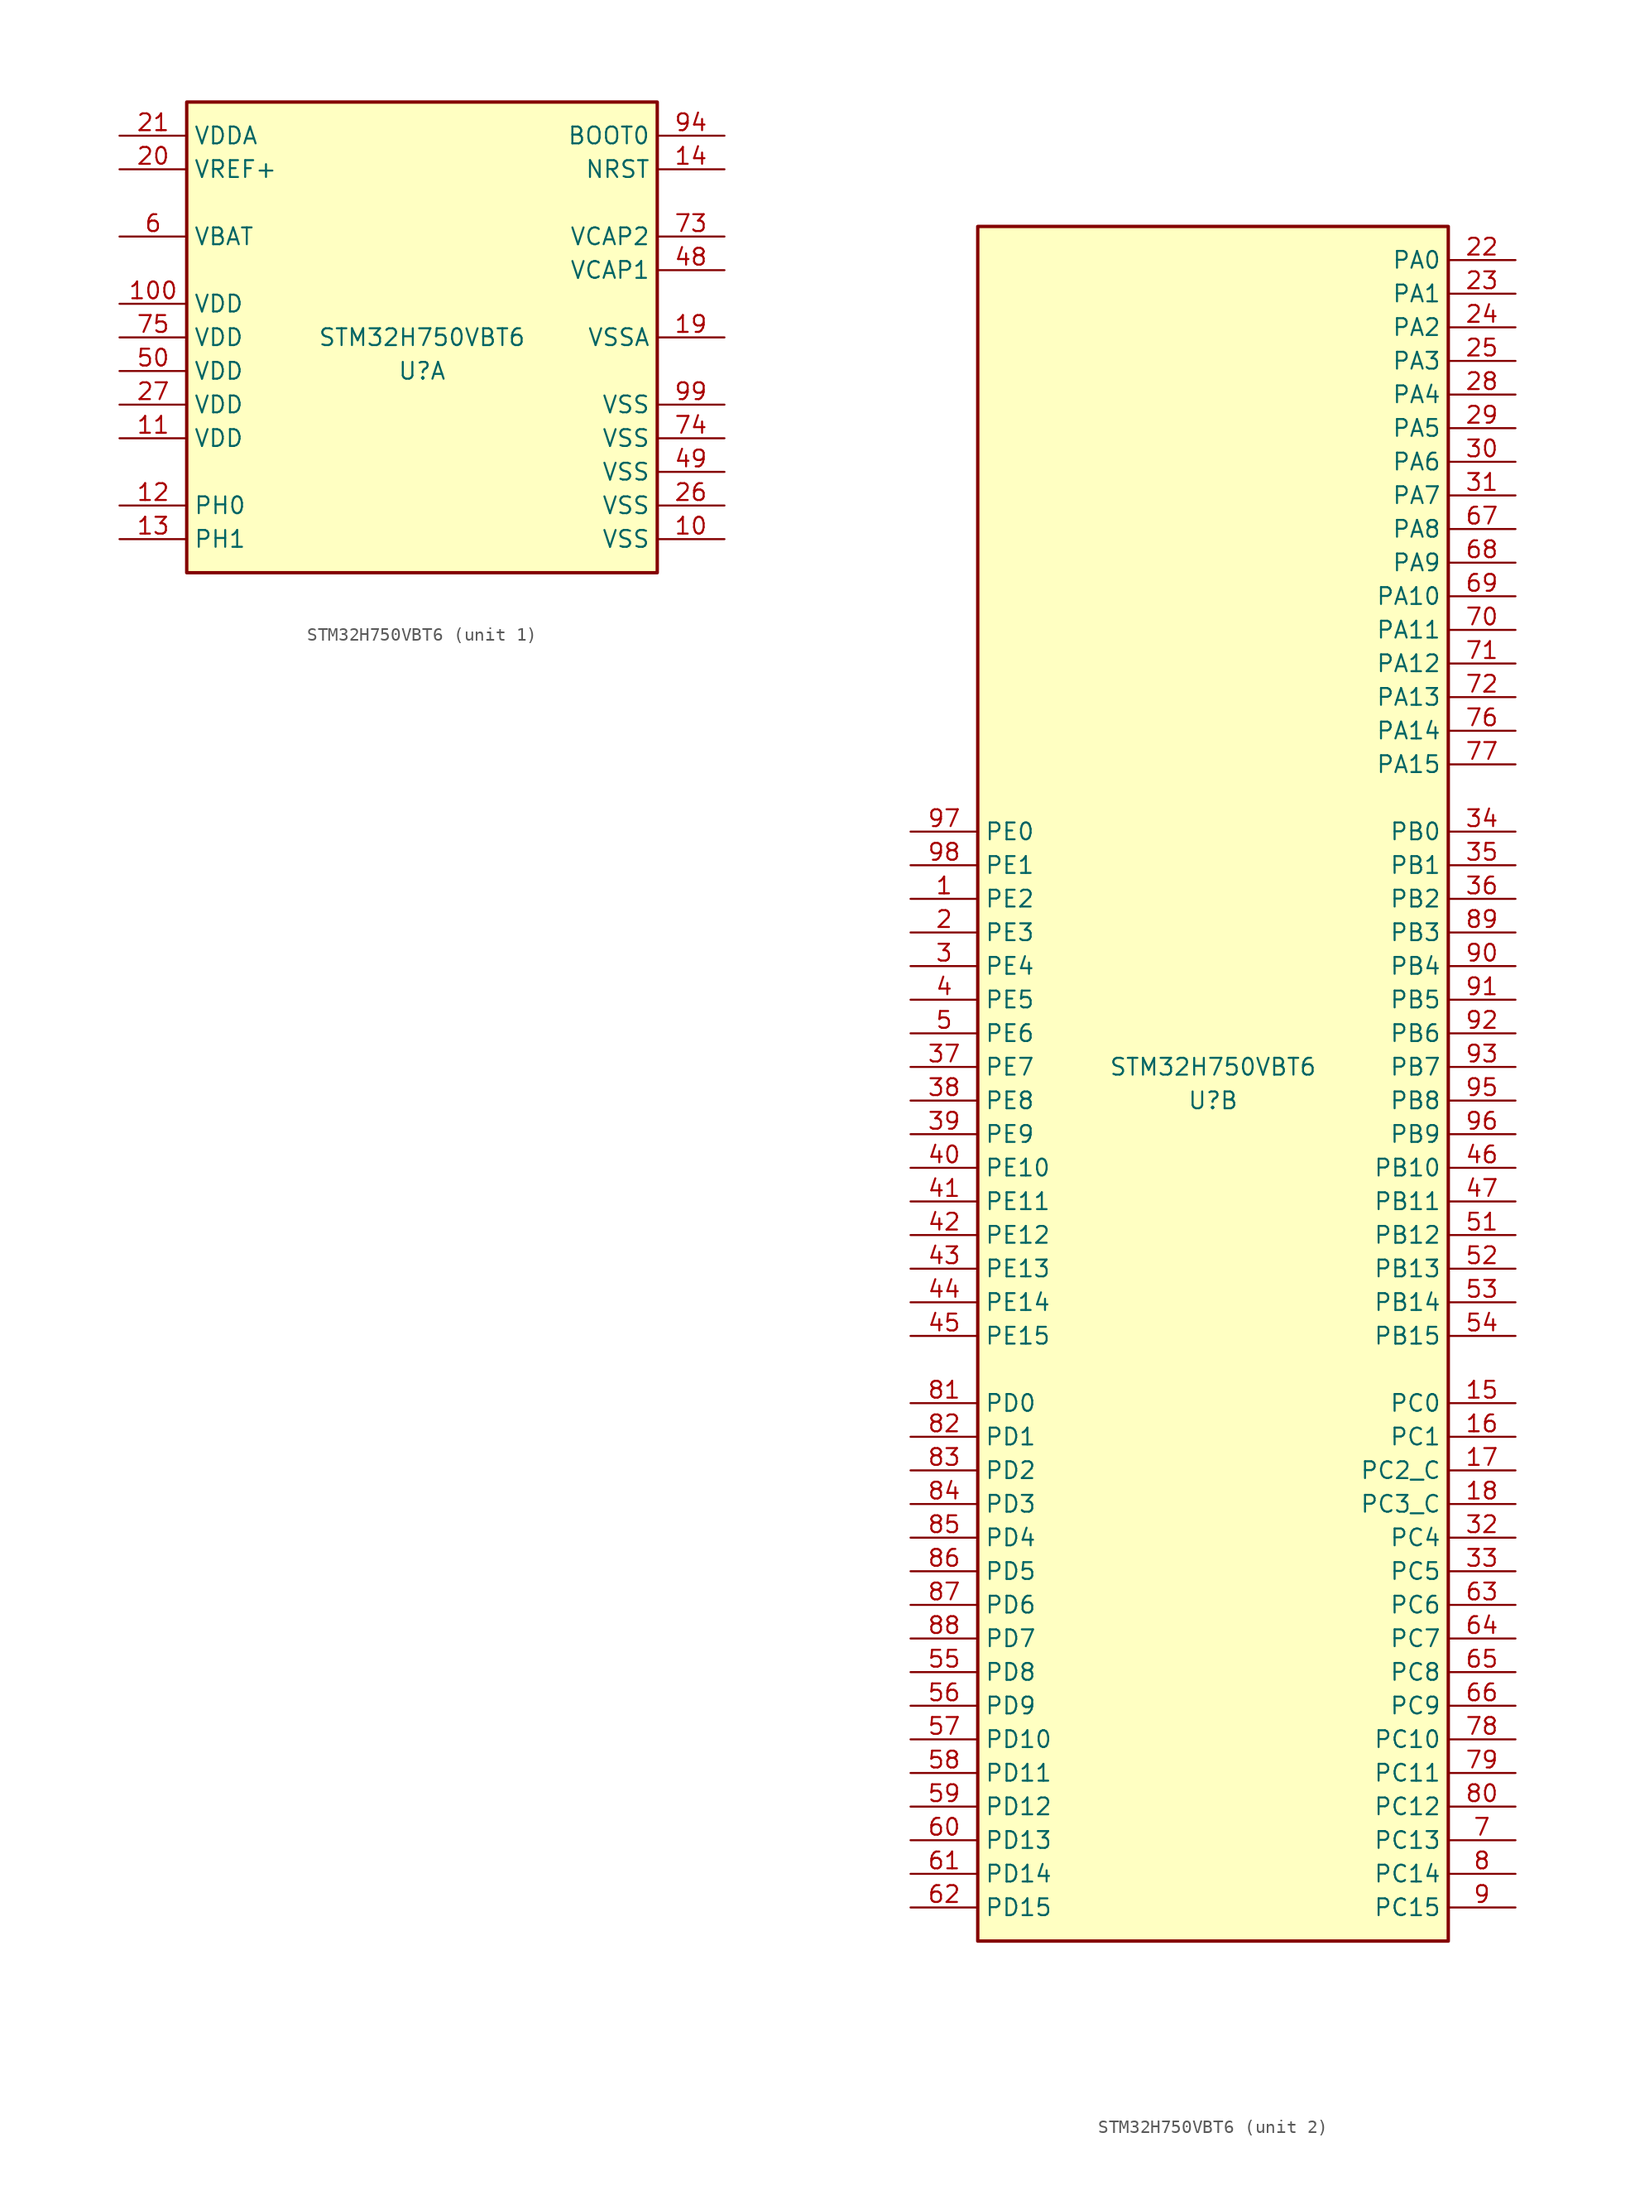
<source format=kicad_sym>
(kicad_symbol_lib
  (version 20211014)
  (generator kicad_symbol_editor)
  (symbol "STM32H750VBT6"
    (property "Reference" "U"
      (at 0 -2.54 0)
      (effects (font (size 1.27 1.27))))
    (property "Value" "STM32H750VBT6"
      (at 0 0 0)
      (effects (font (size 1.27 1.27))))
    (symbol "STM32H750VBT6_1_1"
      (rectangle (start -17.78 17.78) (end 17.78 -17.78) (stroke (width 0.254) (type default) (color 0 0 0 0)) (fill (type background)))
      (pin power_in line (at 22.86 -15.24 180) (length 5.08) (name "VSS" (effects (font (size 1.27 1.27)))) (number "10" (effects (font (size 1.27 1.27)))))
      (pin power_in line (at -22.86 2.54 0) (length 5.08) (name "VDD" (effects (font (size 1.27 1.27)))) (number "100" (effects (font (size 1.27 1.27)))))
      (pin power_in line (at -22.86 -7.62 0) (length 5.08) (name "VDD" (effects (font (size 1.27 1.27)))) (number "11" (effects (font (size 1.27 1.27)))))
      (pin input line (at -22.86 -12.7 0) (length 5.08) (name "PH0" (effects (font (size 1.27 1.27)))) (number "12" (effects (font (size 1.27 1.27)))))
      (pin input line (at -22.86 -15.24 0) (length 5.08) (name "PH1" (effects (font (size 1.27 1.27)))) (number "13" (effects (font (size 1.27 1.27)))))
      (pin input line (at 22.86 12.7 180) (length 5.08) (name "NRST" (effects (font (size 1.27 1.27)))) (number "14" (effects (font (size 1.27 1.27)))))
      (pin power_in line (at 22.86 0 180) (length 5.08) (name "VSSA" (effects (font (size 1.27 1.27)))) (number "19" (effects (font (size 1.27 1.27)))))
      (pin bidirectional line (at -22.86 12.7 0) (length 5.08) (name "VREF+" (effects (font (size 1.27 1.27)))) (number "20" (effects (font (size 1.27 1.27)))))
      (pin power_in line (at -22.86 15.24 0) (length 5.08) (name "VDDA" (effects (font (size 1.27 1.27)))) (number "21" (effects (font (size 1.27 1.27)))))
      (pin power_in line (at 22.86 -12.7 180) (length 5.08) (name "VSS" (effects (font (size 1.27 1.27)))) (number "26" (effects (font (size 1.27 1.27)))))
      (pin power_in line (at -22.86 -5.08 0) (length 5.08) (name "VDD" (effects (font (size 1.27 1.27)))) (number "27" (effects (font (size 1.27 1.27)))))
      (pin power_in line (at 22.86 5.08 180) (length 5.08) (name "VCAP1" (effects (font (size 1.27 1.27)))) (number "48" (effects (font (size 1.27 1.27)))))
      (pin power_in line (at 22.86 -10.16 180) (length 5.08) (name "VSS" (effects (font (size 1.27 1.27)))) (number "49" (effects (font (size 1.27 1.27)))))
      (pin power_in line (at -22.86 -2.54 0) (length 5.08) (name "VDD" (effects (font (size 1.27 1.27)))) (number "50" (effects (font (size 1.27 1.27)))))
      (pin power_in line (at -22.86 7.62 0) (length 5.08) (name "VBAT" (effects (font (size 1.27 1.27)))) (number "6" (effects (font (size 1.27 1.27)))))
      (pin power_in line (at 22.86 7.62 180) (length 5.08) (name "VCAP2" (effects (font (size 1.27 1.27)))) (number "73" (effects (font (size 1.27 1.27)))))
      (pin power_in line (at 22.86 -7.62 180) (length 5.08) (name "VSS" (effects (font (size 1.27 1.27)))) (number "74" (effects (font (size 1.27 1.27)))))
      (pin power_in line (at -22.86 0 0) (length 5.08) (name "VDD" (effects (font (size 1.27 1.27)))) (number "75" (effects (font (size 1.27 1.27)))))
      (pin input line (at 22.86 15.24 180) (length 5.08) (name "BOOT0" (effects (font (size 1.27 1.27)))) (number "94" (effects (font (size 1.27 1.27)))))
      (pin power_in line (at 22.86 -5.08 180) (length 5.08) (name "VSS" (effects (font (size 1.27 1.27)))) (number "99" (effects (font (size 1.27 1.27))))))
    (symbol "STM32H750VBT6_2_1"
      (rectangle (start -17.78 -66.04) (end 17.78 63.5) (stroke (width 0.254) (type default) (color 0 0 0 0)) (fill (type background)))
      (pin bidirectional line (at -22.86 12.7 0) (length 5.08) (name "PE2" (effects (font (size 1.27 1.27)))) (number "1" (effects (font (size 1.27 1.27)))))
      (pin bidirectional line (at 22.86 -25.4 180) (length 5.08) (name "PC0" (effects (font (size 1.27 1.27)))) (number "15" (effects (font (size 1.27 1.27)))))
      (pin bidirectional line (at 22.86 -27.94 180) (length 5.08) (name "PC1" (effects (font (size 1.27 1.27)))) (number "16" (effects (font (size 1.27 1.27)))))
      (pin bidirectional line (at 22.86 -30.48 180) (length 5.08) (name "PC2_C" (effects (font (size 1.27 1.27)))) (number "17" (effects (font (size 1.27 1.27)))))
      (pin bidirectional line (at 22.86 -33.02 180) (length 5.08) (name "PC3_C" (effects (font (size 1.27 1.27)))) (number "18" (effects (font (size 1.27 1.27)))))
      (pin bidirectional line (at -22.86 10.16 0) (length 5.08) (name "PE3" (effects (font (size 1.27 1.27)))) (number "2" (effects (font (size 1.27 1.27)))))
      (pin bidirectional line (at 22.86 60.96 180) (length 5.08) (name "PA0" (effects (font (size 1.27 1.27)))) (number "22" (effects (font (size 1.27 1.27)))))
      (pin bidirectional line (at 22.86 58.42 180) (length 5.08) (name "PA1" (effects (font (size 1.27 1.27)))) (number "23" (effects (font (size 1.27 1.27)))))
      (pin bidirectional line (at 22.86 55.88 180) (length 5.08) (name "PA2" (effects (font (size 1.27 1.27)))) (number "24" (effects (font (size 1.27 1.27)))))
      (pin bidirectional line (at 22.86 53.34 180) (length 5.08) (name "PA3" (effects (font (size 1.27 1.27)))) (number "25" (effects (font (size 1.27 1.27)))))
      (pin bidirectional line (at 22.86 50.8 180) (length 5.08) (name "PA4" (effects (font (size 1.27 1.27)))) (number "28" (effects (font (size 1.27 1.27)))))
      (pin bidirectional line (at 22.86 48.26 180) (length 5.08) (name "PA5" (effects (font (size 1.27 1.27)))) (number "29" (effects (font (size 1.27 1.27)))))
      (pin bidirectional line (at -22.86 7.62 0) (length 5.08) (name "PE4" (effects (font (size 1.27 1.27)))) (number "3" (effects (font (size 1.27 1.27)))))
      (pin bidirectional line (at 22.86 45.72 180) (length 5.08) (name "PA6" (effects (font (size 1.27 1.27)))) (number "30" (effects (font (size 1.27 1.27)))))
      (pin bidirectional line (at 22.86 43.18 180) (length 5.08) (name "PA7" (effects (font (size 1.27 1.27)))) (number "31" (effects (font (size 1.27 1.27)))))
      (pin bidirectional line (at 22.86 -35.56 180) (length 5.08) (name "PC4" (effects (font (size 1.27 1.27)))) (number "32" (effects (font (size 1.27 1.27)))))
      (pin bidirectional line (at 22.86 -38.1 180) (length 5.08) (name "PC5" (effects (font (size 1.27 1.27)))) (number "33" (effects (font (size 1.27 1.27)))))
      (pin bidirectional line (at 22.86 17.78 180) (length 5.08) (name "PB0" (effects (font (size 1.27 1.27)))) (number "34" (effects (font (size 1.27 1.27)))))
      (pin bidirectional line (at 22.86 15.24 180) (length 5.08) (name "PB1" (effects (font (size 1.27 1.27)))) (number "35" (effects (font (size 1.27 1.27)))))
      (pin bidirectional line (at 22.86 12.7 180) (length 5.08) (name "PB2" (effects (font (size 1.27 1.27)))) (number "36" (effects (font (size 1.27 1.27)))))
      (pin bidirectional line (at -22.86 0 0) (length 5.08) (name "PE7" (effects (font (size 1.27 1.27)))) (number "37" (effects (font (size 1.27 1.27)))))
      (pin bidirectional line (at -22.86 -2.54 0) (length 5.08) (name "PE8" (effects (font (size 1.27 1.27)))) (number "38" (effects (font (size 1.27 1.27)))))
      (pin bidirectional line (at -22.86 -5.08 0) (length 5.08) (name "PE9" (effects (font (size 1.27 1.27)))) (number "39" (effects (font (size 1.27 1.27)))))
      (pin bidirectional line (at -22.86 5.08 0) (length 5.08) (name "PE5" (effects (font (size 1.27 1.27)))) (number "4" (effects (font (size 1.27 1.27)))))
      (pin bidirectional line (at -22.86 -7.62 0) (length 5.08) (name "PE10" (effects (font (size 1.27 1.27)))) (number "40" (effects (font (size 1.27 1.27)))))
      (pin bidirectional line (at -22.86 -10.16 0) (length 5.08) (name "PE11" (effects (font (size 1.27 1.27)))) (number "41" (effects (font (size 1.27 1.27)))))
      (pin bidirectional line (at -22.86 -12.7 0) (length 5.08) (name "PE12" (effects (font (size 1.27 1.27)))) (number "42" (effects (font (size 1.27 1.27)))))
      (pin bidirectional line (at -22.86 -15.24 0) (length 5.08) (name "PE13" (effects (font (size 1.27 1.27)))) (number "43" (effects (font (size 1.27 1.27)))))
      (pin bidirectional line (at -22.86 -17.78 0) (length 5.08) (name "PE14" (effects (font (size 1.27 1.27)))) (number "44" (effects (font (size 1.27 1.27)))))
      (pin bidirectional line (at -22.86 -20.32 0) (length 5.08) (name "PE15" (effects (font (size 1.27 1.27)))) (number "45" (effects (font (size 1.27 1.27)))))
      (pin bidirectional line (at 22.86 -7.62 180) (length 5.08) (name "PB10" (effects (font (size 1.27 1.27)))) (number "46" (effects (font (size 1.27 1.27)))))
      (pin bidirectional line (at 22.86 -10.16 180) (length 5.08) (name "PB11" (effects (font (size 1.27 1.27)))) (number "47" (effects (font (size 1.27 1.27)))))
      (pin bidirectional line (at -22.86 2.54 0) (length 5.08) (name "PE6" (effects (font (size 1.27 1.27)))) (number "5" (effects (font (size 1.27 1.27)))))
      (pin bidirectional line (at 22.86 -12.7 180) (length 5.08) (name "PB12" (effects (font (size 1.27 1.27)))) (number "51" (effects (font (size 1.27 1.27)))))
      (pin bidirectional line (at 22.86 -15.24 180) (length 5.08) (name "PB13" (effects (font (size 1.27 1.27)))) (number "52" (effects (font (size 1.27 1.27)))))
      (pin bidirectional line (at 22.86 -17.78 180) (length 5.08) (name "PB14" (effects (font (size 1.27 1.27)))) (number "53" (effects (font (size 1.27 1.27)))))
      (pin bidirectional line (at 22.86 -20.32 180) (length 5.08) (name "PB15" (effects (font (size 1.27 1.27)))) (number "54" (effects (font (size 1.27 1.27)))))
      (pin bidirectional line (at -22.86 -45.72 0) (length 5.08) (name "PD8" (effects (font (size 1.27 1.27)))) (number "55" (effects (font (size 1.27 1.27)))))
      (pin bidirectional line (at -22.86 -48.26 0) (length 5.08) (name "PD9" (effects (font (size 1.27 1.27)))) (number "56" (effects (font (size 1.27 1.27)))))
      (pin bidirectional line (at -22.86 -50.8 0) (length 5.08) (name "PD10" (effects (font (size 1.27 1.27)))) (number "57" (effects (font (size 1.27 1.27)))))
      (pin bidirectional line (at -22.86 -53.34 0) (length 5.08) (name "PD11" (effects (font (size 1.27 1.27)))) (number "58" (effects (font (size 1.27 1.27)))))
      (pin bidirectional line (at -22.86 -55.88 0) (length 5.08) (name "PD12" (effects (font (size 1.27 1.27)))) (number "59" (effects (font (size 1.27 1.27)))))
      (pin bidirectional line (at -22.86 -58.42 0) (length 5.08) (name "PD13" (effects (font (size 1.27 1.27)))) (number "60" (effects (font (size 1.27 1.27)))))
      (pin bidirectional line (at -22.86 -60.96 0) (length 5.08) (name "PD14" (effects (font (size 1.27 1.27)))) (number "61" (effects (font (size 1.27 1.27)))))
      (pin bidirectional line (at -22.86 -63.5 0) (length 5.08) (name "PD15" (effects (font (size 1.27 1.27)))) (number "62" (effects (font (size 1.27 1.27)))))
      (pin bidirectional line (at 22.86 -40.64 180) (length 5.08) (name "PC6" (effects (font (size 1.27 1.27)))) (number "63" (effects (font (size 1.27 1.27)))))
      (pin bidirectional line (at 22.86 -43.18 180) (length 5.08) (name "PC7" (effects (font (size 1.27 1.27)))) (number "64" (effects (font (size 1.27 1.27)))))
      (pin bidirectional line (at 22.86 -45.72 180) (length 5.08) (name "PC8" (effects (font (size 1.27 1.27)))) (number "65" (effects (font (size 1.27 1.27)))))
      (pin bidirectional line (at 22.86 -48.26 180) (length 5.08) (name "PC9" (effects (font (size 1.27 1.27)))) (number "66" (effects (font (size 1.27 1.27)))))
      (pin bidirectional line (at 22.86 40.64 180) (length 5.08) (name "PA8" (effects (font (size 1.27 1.27)))) (number "67" (effects (font (size 1.27 1.27)))))
      (pin bidirectional line (at 22.86 38.1 180) (length 5.08) (name "PA9" (effects (font (size 1.27 1.27)))) (number "68" (effects (font (size 1.27 1.27)))))
      (pin bidirectional line (at 22.86 35.56 180) (length 5.08) (name "PA10" (effects (font (size 1.27 1.27)))) (number "69" (effects (font (size 1.27 1.27)))))
      (pin bidirectional line (at 22.86 -58.42 180) (length 5.08) (name "PC13" (effects (font (size 1.27 1.27)))) (number "7" (effects (font (size 1.27 1.27)))))
      (pin bidirectional line (at 22.86 33.02 180) (length 5.08) (name "PA11" (effects (font (size 1.27 1.27)))) (number "70" (effects (font (size 1.27 1.27)))))
      (pin bidirectional line (at 22.86 30.48 180) (length 5.08) (name "PA12" (effects (font (size 1.27 1.27)))) (number "71" (effects (font (size 1.27 1.27)))))
      (pin bidirectional line (at 22.86 27.94 180) (length 5.08) (name "PA13" (effects (font (size 1.27 1.27)))) (number "72" (effects (font (size 1.27 1.27)))))
      (pin bidirectional line (at 22.86 25.4 180) (length 5.08) (name "PA14" (effects (font (size 1.27 1.27)))) (number "76" (effects (font (size 1.27 1.27)))))
      (pin bidirectional line (at 22.86 22.86 180) (length 5.08) (name "PA15" (effects (font (size 1.27 1.27)))) (number "77" (effects (font (size 1.27 1.27)))))
      (pin bidirectional line (at 22.86 -50.8 180) (length 5.08) (name "PC10" (effects (font (size 1.27 1.27)))) (number "78" (effects (font (size 1.27 1.27)))))
      (pin bidirectional line (at 22.86 -53.34 180) (length 5.08) (name "PC11" (effects (font (size 1.27 1.27)))) (number "79" (effects (font (size 1.27 1.27)))))
      (pin bidirectional line (at 22.86 -60.96 180) (length 5.08) (name "PC14" (effects (font (size 1.27 1.27)))) (number "8" (effects (font (size 1.27 1.27)))))
      (pin bidirectional line (at 22.86 -55.88 180) (length 5.08) (name "PC12" (effects (font (size 1.27 1.27)))) (number "80" (effects (font (size 1.27 1.27)))))
      (pin bidirectional line (at -22.86 -25.4 0) (length 5.08) (name "PD0" (effects (font (size 1.27 1.27)))) (number "81" (effects (font (size 1.27 1.27)))))
      (pin bidirectional line (at -22.86 -27.94 0) (length 5.08) (name "PD1" (effects (font (size 1.27 1.27)))) (number "82" (effects (font (size 1.27 1.27)))))
      (pin bidirectional line (at -22.86 -30.48 0) (length 5.08) (name "PD2" (effects (font (size 1.27 1.27)))) (number "83" (effects (font (size 1.27 1.27)))))
      (pin bidirectional line (at -22.86 -33.02 0) (length 5.08) (name "PD3" (effects (font (size 1.27 1.27)))) (number "84" (effects (font (size 1.27 1.27)))))
      (pin bidirectional line (at -22.86 -35.56 0) (length 5.08) (name "PD4" (effects (font (size 1.27 1.27)))) (number "85" (effects (font (size 1.27 1.27)))))
      (pin bidirectional line (at -22.86 -38.1 0) (length 5.08) (name "PD5" (effects (font (size 1.27 1.27)))) (number "86" (effects (font (size 1.27 1.27)))))
      (pin bidirectional line (at -22.86 -40.64 0) (length 5.08) (name "PD6" (effects (font (size 1.27 1.27)))) (number "87" (effects (font (size 1.27 1.27)))))
      (pin bidirectional line (at -22.86 -43.18 0) (length 5.08) (name "PD7" (effects (font (size 1.27 1.27)))) (number "88" (effects (font (size 1.27 1.27)))))
      (pin bidirectional line (at 22.86 10.16 180) (length 5.08) (name "PB3" (effects (font (size 1.27 1.27)))) (number "89" (effects (font (size 1.27 1.27)))))
      (pin bidirectional line (at 22.86 -63.5 180) (length 5.08) (name "PC15" (effects (font (size 1.27 1.27)))) (number "9" (effects (font (size 1.27 1.27)))))
      (pin bidirectional line (at 22.86 7.62 180) (length 5.08) (name "PB4" (effects (font (size 1.27 1.27)))) (number "90" (effects (font (size 1.27 1.27)))))
      (pin bidirectional line (at 22.86 5.08 180) (length 5.08) (name "PB5" (effects (font (size 1.27 1.27)))) (number "91" (effects (font (size 1.27 1.27)))))
      (pin bidirectional line (at 22.86 2.54 180) (length 5.08) (name "PB6" (effects (font (size 1.27 1.27)))) (number "92" (effects (font (size 1.27 1.27)))))
      (pin bidirectional line (at 22.86 0 180) (length 5.08) (name "PB7" (effects (font (size 1.27 1.27)))) (number "93" (effects (font (size 1.27 1.27)))))
      (pin bidirectional line (at 22.86 -2.54 180) (length 5.08) (name "PB8" (effects (font (size 1.27 1.27)))) (number "95" (effects (font (size 1.27 1.27)))))
      (pin bidirectional line (at 22.86 -5.08 180) (length 5.08) (name "PB9" (effects (font (size 1.27 1.27)))) (number "96" (effects (font (size 1.27 1.27)))))
      (pin bidirectional line (at -22.86 17.78 0) (length 5.08) (name "PE0" (effects (font (size 1.27 1.27)))) (number "97" (effects (font (size 1.27 1.27)))))
      (pin bidirectional line (at -22.86 15.24 0) (length 5.08) (name "PE1" (effects (font (size 1.27 1.27)))) (number "98" (effects (font (size 1.27 1.27))))))))
</source>
